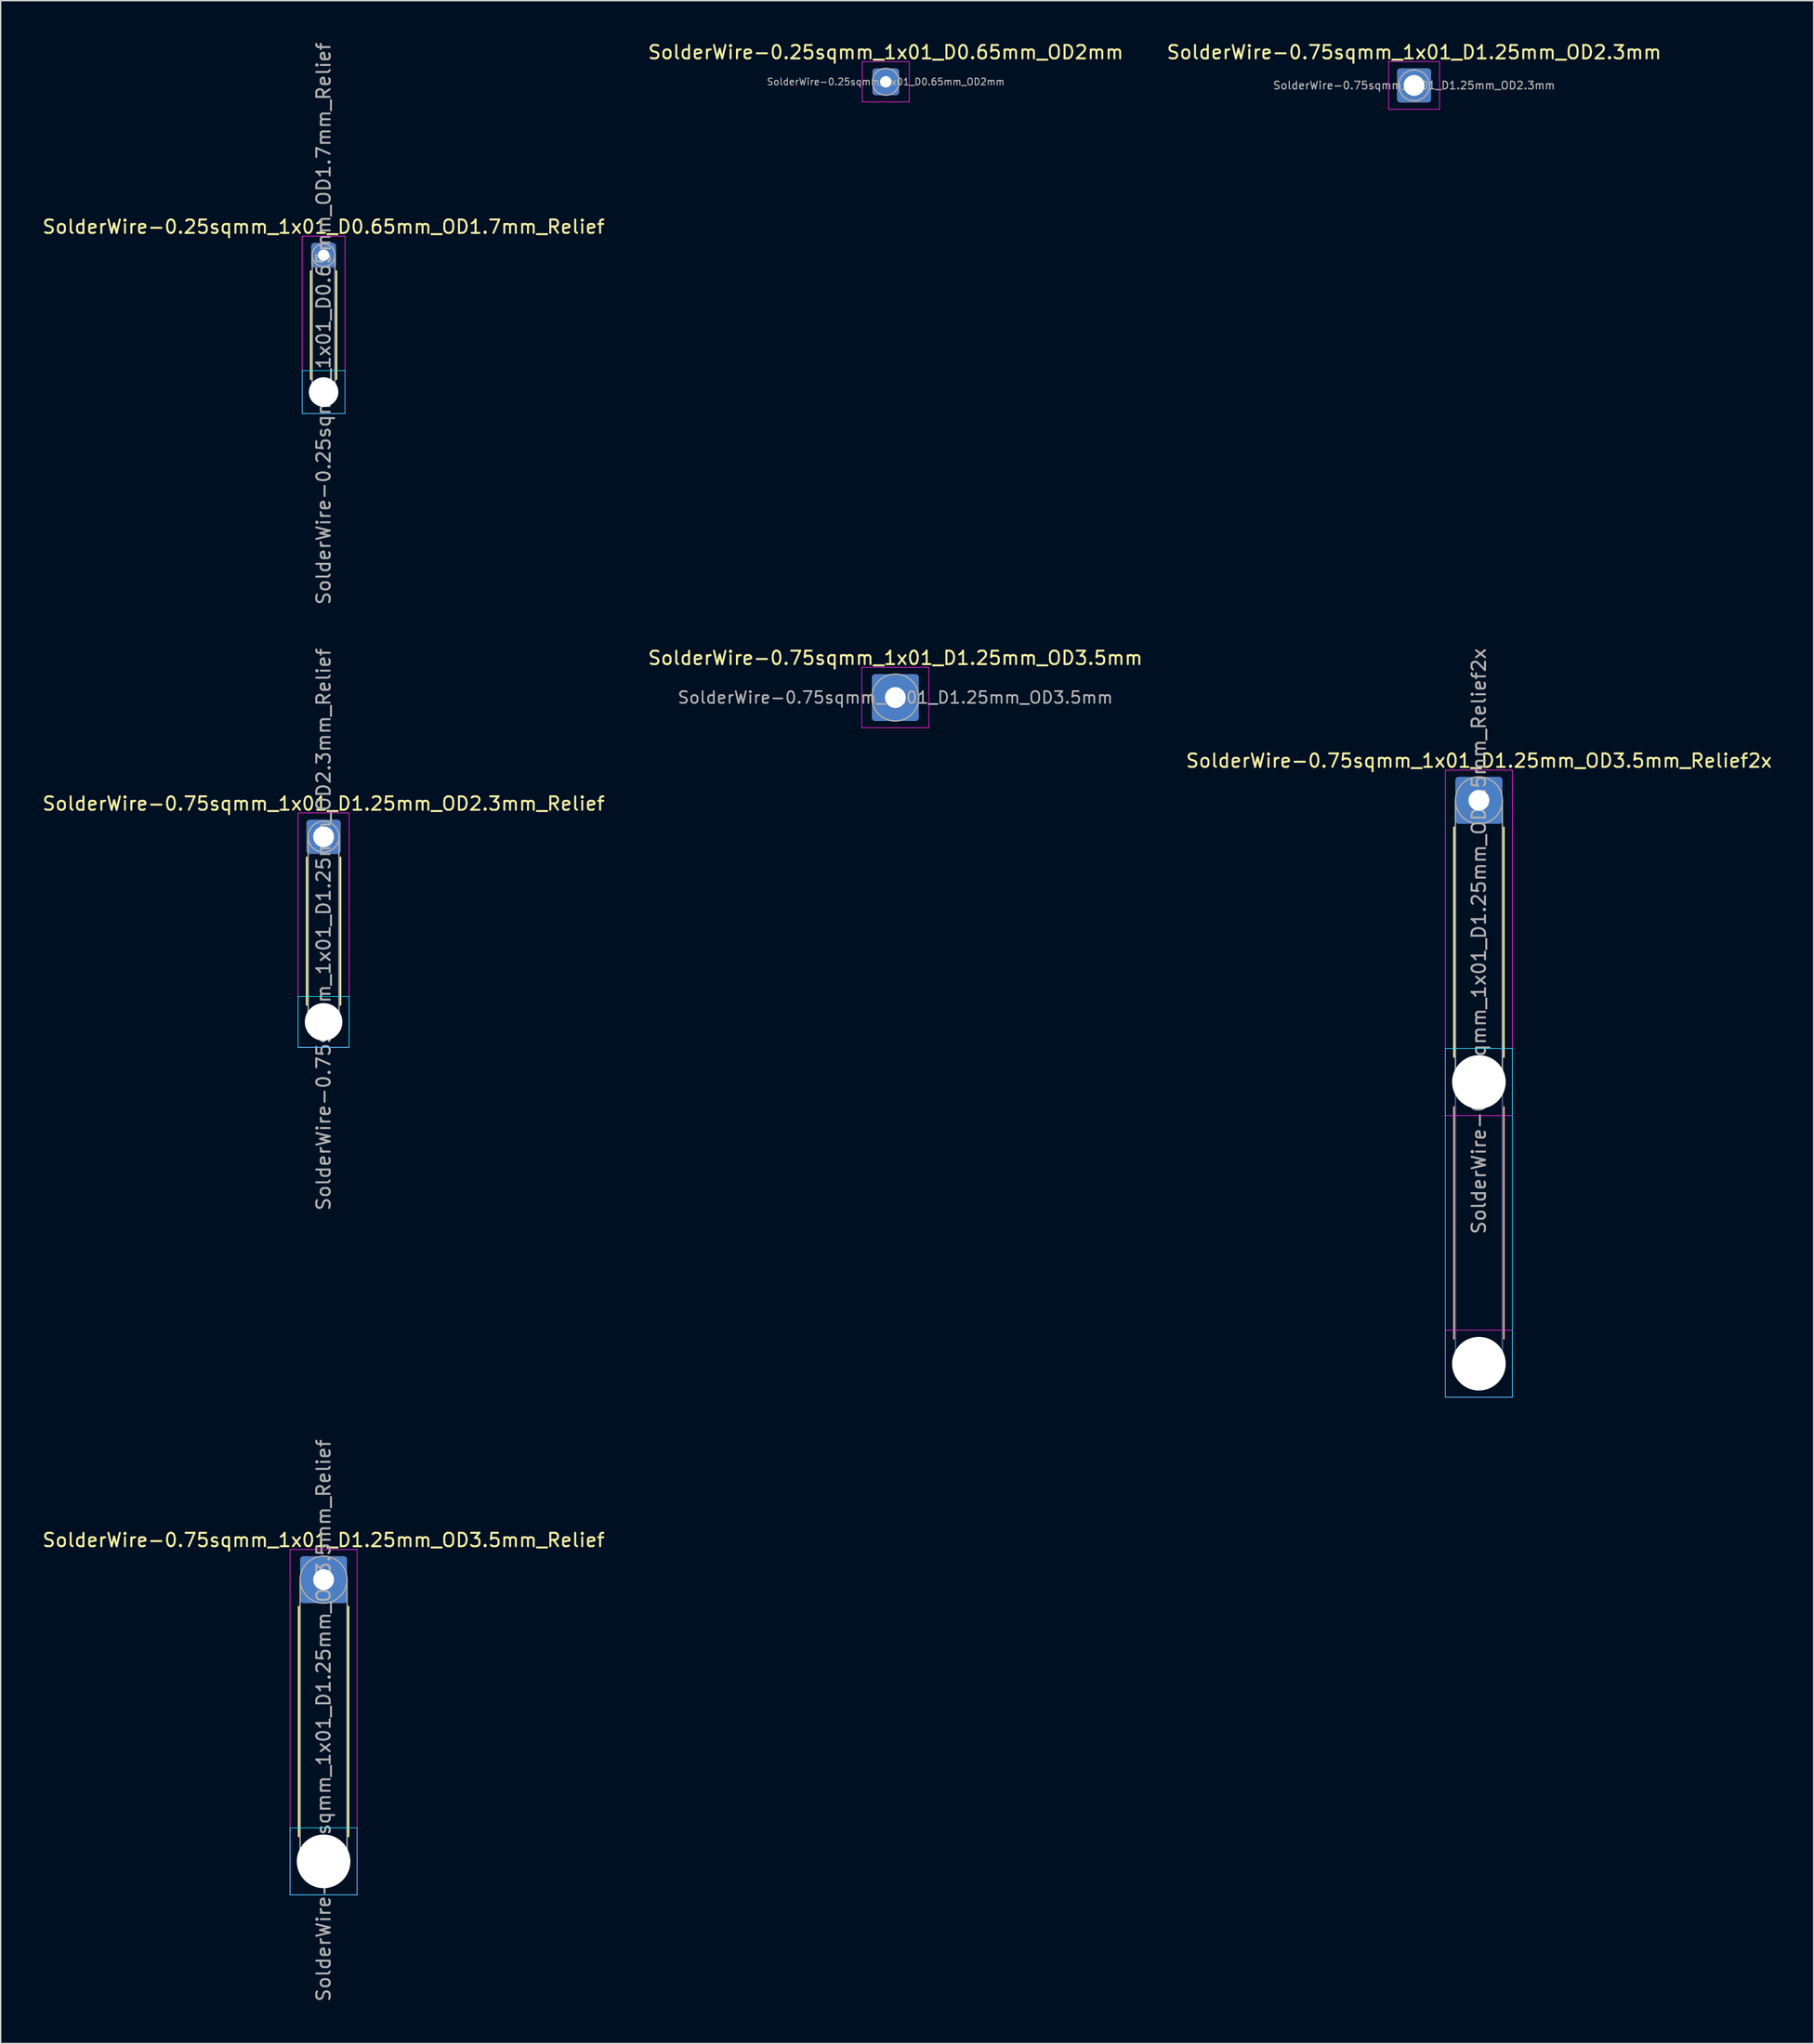
<source format=kicad_pcb>
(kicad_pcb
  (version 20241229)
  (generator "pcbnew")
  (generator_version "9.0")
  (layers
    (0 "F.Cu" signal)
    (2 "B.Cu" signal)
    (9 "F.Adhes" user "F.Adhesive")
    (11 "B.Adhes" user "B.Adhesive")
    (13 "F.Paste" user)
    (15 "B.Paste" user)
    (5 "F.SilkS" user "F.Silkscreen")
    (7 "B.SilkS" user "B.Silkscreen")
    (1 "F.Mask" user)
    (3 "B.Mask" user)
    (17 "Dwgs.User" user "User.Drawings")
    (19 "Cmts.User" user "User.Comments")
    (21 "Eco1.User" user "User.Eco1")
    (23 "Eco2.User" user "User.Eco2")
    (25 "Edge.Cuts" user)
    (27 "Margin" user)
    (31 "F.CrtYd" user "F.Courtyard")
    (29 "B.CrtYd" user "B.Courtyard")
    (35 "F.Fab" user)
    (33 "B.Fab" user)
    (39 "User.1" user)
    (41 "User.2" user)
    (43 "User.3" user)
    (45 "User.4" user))
  (footprint "SolderWire-0.75sqmm_1x01_D1.25mm_OD2.3mm"
    (layer "F.Cu")
    (at 102.387 3.318)
    (property "Reference" "SolderWire-0.75sqmm_1x01_D1.25mm_OD2.3mm" (at 0 -2.47 0) (layer "F.SilkS") (effects (font (size 1 1) (thickness 0.15))))
    (attr exclude_from_pos_files exclude_from_bom)
    (fp_line (start -1.9 -1.78) (end -1.9 1.78) (stroke (width 0.05) (type solid)) (layer "F.CrtYd"))
    (fp_line (start -1.9 1.78) (end 1.9 1.78) (stroke (width 0.05) (type solid)) (layer "F.CrtYd"))
    (fp_line (start 1.9 -1.78) (end -1.9 -1.78) (stroke (width 0.05) (type solid)) (layer "F.CrtYd"))
    (fp_line (start 1.9 1.78) (end 1.9 -1.78) (stroke (width 0.05) (type solid)) (layer "F.CrtYd"))
    (fp_circle (center 0 0) (end 1.15 0) (stroke (width 0.1) (type solid)) (fill no) (layer "F.Fab"))
    (fp_text user "${REFERENCE}" (at 0 0 0) (layer "F.Fab") (effects (font (size 0.57 0.57) (thickness 0.09))))
    (pad "1" thru_hole roundrect (at 0 0) (size 2.55 2.55) (drill 1.55) (layers "*.Cu" "*.Mask") (roundrect_rratio 0.098)))
  (footprint "SolderWire-0.75sqmm_1x01_D1.25mm_OD3.5mm_Relief2x"
    (layer "F.Cu")
    (at 107.22 56.613)
    (property "Reference" "SolderWire-0.75sqmm_1x01_D1.25mm_OD3.5mm_Relief2x" (at 0 -2.95 0) (layer "F.SilkS") (effects (font (size 1 1) (thickness 0.15))))
    (attr exclude_from_pos_files exclude_from_bom)
    (fp_line (start -1.86 2.01) (end -1.86 19.14) (stroke (width 0.12) (type solid)) (layer "F.SilkS"))
    (fp_line (start 1.86 2.01) (end 1.86 19.14) (stroke (width 0.12) (type solid)) (layer "F.SilkS"))
    (fp_line (start -1.86 22.86) (end -1.86 40.14) (stroke (width 0.12) (type solid)) (layer "B.SilkS"))
    (fp_line (start 1.86 22.86) (end 1.86 40.14) (stroke (width 0.12) (type solid)) (layer "B.SilkS"))
    (fp_line (start -2.5 18.5) (end -2.5 44.5) (stroke (width 0.05) (type solid)) (layer "B.CrtYd"))
    (fp_line (start -2.5 44.5) (end 2.5 44.5) (stroke (width 0.05) (type solid)) (layer "B.CrtYd"))
    (fp_line (start 2.5 18.5) (end -2.5 18.5) (stroke (width 0.05) (type solid)) (layer "B.CrtYd"))
    (fp_line (start 2.5 44.5) (end 2.5 18.5) (stroke (width 0.05) (type solid)) (layer "B.CrtYd"))
    (fp_line (start -2.5 -2.25) (end -2.5 23.5) (stroke (width 0.05) (type solid)) (layer "F.CrtYd"))
    (fp_line (start -2.5 23.5) (end 2.5 23.5) (stroke (width 0.05) (type solid)) (layer "F.CrtYd"))
    (fp_line (start -2.5 39.5) (end -2.5 44.5) (stroke (width 0.05) (type solid)) (layer "F.CrtYd"))
    (fp_line (start -2.5 44.5) (end 2.5 44.5) (stroke (width 0.05) (type solid)) (layer "F.CrtYd"))
    (fp_line (start 2.5 -2.25) (end -2.5 -2.25) (stroke (width 0.05) (type solid)) (layer "F.CrtYd"))
    (fp_line (start 2.5 23.5) (end 2.5 -2.25) (stroke (width 0.05) (type solid)) (layer "F.CrtYd"))
    (fp_line (start 2.5 39.5) (end -2.5 39.5) (stroke (width 0.05) (type solid)) (layer "F.CrtYd"))
    (fp_line (start 2.5 44.5) (end 2.5 39.5) (stroke (width 0.05) (type solid)) (layer "F.CrtYd"))
    (fp_line (start -1.75 21) (end -1.75 42) (stroke (width 0.1) (type solid)) (layer "B.Fab"))
    (fp_line (start 1.75 21) (end 1.75 42) (stroke (width 0.1) (type solid)) (layer "B.Fab"))
    (fp_circle (center 0 21) (end 1.75 21) (stroke (width 0.1) (type solid)) (fill no) (layer "B.Fab"))
    (fp_circle (center 0 42) (end 1.75 42) (stroke (width 0.1) (type solid)) (fill no) (layer "B.Fab"))
    (fp_line (start -1.75 0) (end -1.75 21) (stroke (width 0.1) (type solid)) (layer "F.Fab"))
    (fp_line (start 1.75 0) (end 1.75 21) (stroke (width 0.1) (type solid)) (layer "F.Fab"))
    (fp_circle (center 0 0) (end 1.75 0) (stroke (width 0.1) (type solid)) (fill no) (layer "F.Fab"))
    (fp_circle (center 0 21) (end 1.75 21) (stroke (width 0.1) (type solid)) (fill no) (layer "F.Fab"))
    (fp_circle (center 0 42) (end 1.75 42) (stroke (width 0.1) (type solid)) (fill no) (layer "F.Fab"))
    (fp_text user "${REFERENCE}" (at 0 10.5 90) (layer "F.Fab") (effects (font (size 1 1) (thickness 0.15))))
    (pad "" np_thru_hole circle (at 0 21) (size 4 4) (drill 4) (layers "*.Cu" "*.Mask"))
    (pad "" np_thru_hole circle (at 0 42) (size 4 4) (drill 4) (layers "*.Cu" "*.Mask"))
    (pad "1" thru_hole roundrect (at 0 0) (size 3.5 3.5) (drill 1.55) (layers "*.Cu" "*.Mask") (roundrect_rratio 0.071)))
  (footprint "SolderWire-0.25sqmm_1x01_D0.65mm_OD1.7mm_Relief"
    (layer "F.Cu")
    (at 21.077 15.977)
    (property "Reference" "SolderWire-0.25sqmm_1x01_D0.65mm_OD1.7mm_Relief" (at 0 -2.12 0) (layer "F.SilkS") (effects (font (size 1 1) (thickness 0.15))))
    (attr exclude_from_pos_files exclude_from_bom)
    (fp_line (start -0.96 1.185) (end -0.96 9.24) (stroke (width 0.12) (type solid)) (layer "F.SilkS"))
    (fp_line (start 0.96 1.185) (end 0.96 9.24) (stroke (width 0.12) (type solid)) (layer "F.SilkS"))
    (fp_line (start -1.6 8.6) (end -1.6 11.8) (stroke (width 0.05) (type solid)) (layer "B.CrtYd"))
    (fp_line (start -1.6 11.8) (end 1.6 11.8) (stroke (width 0.05) (type solid)) (layer "B.CrtYd"))
    (fp_line (start 1.6 8.6) (end -1.6 8.6) (stroke (width 0.05) (type solid)) (layer "B.CrtYd"))
    (fp_line (start 1.6 11.8) (end 1.6 8.6) (stroke (width 0.05) (type solid)) (layer "B.CrtYd"))
    (fp_line (start -1.6 -1.42) (end -1.6 11.8) (stroke (width 0.05) (type solid)) (layer "F.CrtYd"))
    (fp_line (start -1.6 11.8) (end 1.6 11.8) (stroke (width 0.05) (type solid)) (layer "F.CrtYd"))
    (fp_line (start 1.6 -1.42) (end -1.6 -1.42) (stroke (width 0.05) (type solid)) (layer "F.CrtYd"))
    (fp_line (start 1.6 11.8) (end 1.6 -1.42) (stroke (width 0.05) (type solid)) (layer "F.CrtYd"))
    (fp_line (start -0.85 0) (end -0.85 10.2) (stroke (width 0.1) (type solid)) (layer "F.Fab"))
    (fp_line (start 0.85 0) (end 0.85 10.2) (stroke (width 0.1) (type solid)) (layer "F.Fab"))
    (fp_circle (center 0 0) (end 0.85 0) (stroke (width 0.1) (type solid)) (fill no) (layer "F.Fab"))
    (fp_circle (center 0 10.2) (end 0.85 10.2) (stroke (width 0.1) (type solid)) (fill no) (layer "F.Fab"))
    (fp_text user "${REFERENCE}" (at 0 5.1 90) (layer "F.Fab") (effects (font (size 1 1) (thickness 0.15))))
    (pad "" np_thru_hole circle (at 0 10.2) (size 2.2 2.2) (drill 2.2) (layers "*.Cu" "*.Mask"))
    (pad "1" thru_hole roundrect (at 0 0) (size 1.85 1.85) (drill 0.85) (layers "*.Cu" "*.Mask") (roundrect_rratio 0.135)))
  (footprint "SolderWire-0.25sqmm_1x01_D0.65mm_OD2mm"
    (layer "F.Cu")
    (at 62.994 3.048)
    (property "Reference" "SolderWire-0.25sqmm_1x01_D0.65mm_OD2mm" (at 0 -2.2 0) (layer "F.SilkS") (effects (font (size 1 1) (thickness 0.15))))
    (attr exclude_from_pos_files exclude_from_bom)
    (fp_line (start -1.75 -1.5) (end -1.75 1.5) (stroke (width 0.05) (type solid)) (layer "F.CrtYd"))
    (fp_line (start -1.75 1.5) (end 1.75 1.5) (stroke (width 0.05) (type solid)) (layer "F.CrtYd"))
    (fp_line (start 1.75 -1.5) (end -1.75 -1.5) (stroke (width 0.05) (type solid)) (layer "F.CrtYd"))
    (fp_line (start 1.75 1.5) (end 1.75 -1.5) (stroke (width 0.05) (type solid)) (layer "F.CrtYd"))
    (fp_circle (center 0 0) (end 1 0) (stroke (width 0.1) (type solid)) (fill no) (layer "F.Fab"))
    (fp_text user "${REFERENCE}" (at 0 0 0) (layer "F.Fab") (effects (font (size 0.5 0.5) (thickness 0.08))))
    (pad "1" thru_hole roundrect (at 0 0) (size 2 2) (drill 0.85) (layers "*.Cu" "*.Mask") (roundrect_rratio 0.125)))
  (footprint "SolderWire-0.75sqmm_1x01_D1.25mm_OD3.5mm"
    (layer "F.Cu")
    (at 63.708 48.953)
    (property "Reference" "SolderWire-0.75sqmm_1x01_D1.25mm_OD3.5mm" (at 0 -2.95 0) (layer "F.SilkS") (effects (font (size 1 1) (thickness 0.15))))
    (attr exclude_from_pos_files exclude_from_bom)
    (fp_line (start -2.5 -2.25) (end -2.5 2.25) (stroke (width 0.05) (type solid)) (layer "F.CrtYd"))
    (fp_line (start -2.5 2.25) (end 2.5 2.25) (stroke (width 0.05) (type solid)) (layer "F.CrtYd"))
    (fp_line (start 2.5 -2.25) (end -2.5 -2.25) (stroke (width 0.05) (type solid)) (layer "F.CrtYd"))
    (fp_line (start 2.5 2.25) (end 2.5 -2.25) (stroke (width 0.05) (type solid)) (layer "F.CrtYd"))
    (fp_circle (center 0 0) (end 1.75 0) (stroke (width 0.1) (type solid)) (fill no) (layer "F.Fab"))
    (fp_text user "${REFERENCE}" (at 0 0 0) (layer "F.Fab") (effects (font (size 0.88 0.88) (thickness 0.13))))
    (pad "1" thru_hole roundrect (at 0 0) (size 3.5 3.5) (drill 1.55) (layers "*.Cu" "*.Mask") (roundrect_rratio 0.071)))
  (footprint "SolderWire-0.75sqmm_1x01_D1.25mm_OD2.3mm_Relief"
    (layer "F.Cu")
    (at 21.077 59.332)
    (property "Reference" "SolderWire-0.75sqmm_1x01_D1.25mm_OD2.3mm_Relief" (at 0 -2.47 0) (layer "F.SilkS") (effects (font (size 1 1) (thickness 0.15))))
    (attr exclude_from_pos_files exclude_from_bom)
    (fp_line (start -1.26 1.535) (end -1.26 12.54) (stroke (width 0.12) (type solid)) (layer "F.SilkS"))
    (fp_line (start 1.26 1.535) (end 1.26 12.54) (stroke (width 0.12) (type solid)) (layer "F.SilkS"))
    (fp_line (start -1.9 11.9) (end -1.9 15.7) (stroke (width 0.05) (type solid)) (layer "B.CrtYd"))
    (fp_line (start -1.9 15.7) (end 1.9 15.7) (stroke (width 0.05) (type solid)) (layer "B.CrtYd"))
    (fp_line (start 1.9 11.9) (end -1.9 11.9) (stroke (width 0.05) (type solid)) (layer "B.CrtYd"))
    (fp_line (start 1.9 15.7) (end 1.9 11.9) (stroke (width 0.05) (type solid)) (layer "B.CrtYd"))
    (fp_line (start -1.9 -1.78) (end -1.9 15.7) (stroke (width 0.05) (type solid)) (layer "F.CrtYd"))
    (fp_line (start -1.9 15.7) (end 1.9 15.7) (stroke (width 0.05) (type solid)) (layer "F.CrtYd"))
    (fp_line (start 1.9 -1.78) (end -1.9 -1.78) (stroke (width 0.05) (type solid)) (layer "F.CrtYd"))
    (fp_line (start 1.9 15.7) (end 1.9 -1.78) (stroke (width 0.05) (type solid)) (layer "F.CrtYd"))
    (fp_line (start -1.15 0) (end -1.15 13.8) (stroke (width 0.1) (type solid)) (layer "F.Fab"))
    (fp_line (start 1.15 0) (end 1.15 13.8) (stroke (width 0.1) (type solid)) (layer "F.Fab"))
    (fp_circle (center 0 0) (end 1.15 0) (stroke (width 0.1) (type solid)) (fill no) (layer "F.Fab"))
    (fp_circle (center 0 13.8) (end 1.15 13.8) (stroke (width 0.1) (type solid)) (fill no) (layer "F.Fab"))
    (fp_text user "${REFERENCE}" (at 0 6.9 90) (layer "F.Fab") (effects (font (size 1 1) (thickness 0.15))))
    (pad "" np_thru_hole circle (at 0 13.8) (size 2.8 2.8) (drill 2.8) (layers "*.Cu" "*.Mask"))
    (pad "1" thru_hole roundrect (at 0 0) (size 2.55 2.55) (drill 1.55) (layers "*.Cu" "*.Mask") (roundrect_rratio 0.098)))
  (footprint "SolderWire-0.75sqmm_1x01_D1.25mm_OD3.5mm_Relief"
    (layer "F.Cu")
    (at 21.077 114.715)
    (property "Reference" "SolderWire-0.75sqmm_1x01_D1.25mm_OD3.5mm_Relief" (at 0 -2.95 0) (layer "F.SilkS") (effects (font (size 1 1) (thickness 0.15))))
    (attr exclude_from_pos_files exclude_from_bom)
    (fp_line (start -1.86 2.01) (end -1.86 19.14) (stroke (width 0.12) (type solid)) (layer "F.SilkS"))
    (fp_line (start 1.86 2.01) (end 1.86 19.14) (stroke (width 0.12) (type solid)) (layer "F.SilkS"))
    (fp_line (start -2.5 18.5) (end -2.5 23.5) (stroke (width 0.05) (type solid)) (layer "B.CrtYd"))
    (fp_line (start -2.5 23.5) (end 2.5 23.5) (stroke (width 0.05) (type solid)) (layer "B.CrtYd"))
    (fp_line (start 2.5 18.5) (end -2.5 18.5) (stroke (width 0.05) (type solid)) (layer "B.CrtYd"))
    (fp_line (start 2.5 23.5) (end 2.5 18.5) (stroke (width 0.05) (type solid)) (layer "B.CrtYd"))
    (fp_line (start -2.5 -2.25) (end -2.5 23.5) (stroke (width 0.05) (type solid)) (layer "F.CrtYd"))
    (fp_line (start -2.5 23.5) (end 2.5 23.5) (stroke (width 0.05) (type solid)) (layer "F.CrtYd"))
    (fp_line (start 2.5 -2.25) (end -2.5 -2.25) (stroke (width 0.05) (type solid)) (layer "F.CrtYd"))
    (fp_line (start 2.5 23.5) (end 2.5 -2.25) (stroke (width 0.05) (type solid)) (layer "F.CrtYd"))
    (fp_line (start -1.75 0) (end -1.75 21) (stroke (width 0.1) (type solid)) (layer "F.Fab"))
    (fp_line (start 1.75 0) (end 1.75 21) (stroke (width 0.1) (type solid)) (layer "F.Fab"))
    (fp_circle (center 0 0) (end 1.75 0) (stroke (width 0.1) (type solid)) (fill no) (layer "F.Fab"))
    (fp_circle (center 0 21) (end 1.75 21) (stroke (width 0.1) (type solid)) (fill no) (layer "F.Fab"))
    (fp_text user "${REFERENCE}" (at 0 10.5 90) (layer "F.Fab") (effects (font (size 1 1) (thickness 0.15))))
    (pad "" np_thru_hole circle (at 0 21) (size 4 4) (drill 4) (layers "*.Cu" "*.Mask"))
    (pad "1" thru_hole roundrect (at 0 0) (size 3.5 3.5) (drill 1.55) (layers "*.Cu" "*.Mask") (roundrect_rratio 0.071)))
  (gr_rect
    (start -3 -3)
    (end 132.179 149.293)
    (stroke (width 0.1) (type default))
    (fill no)
    (layer "Edge.Cuts")))
</source>
